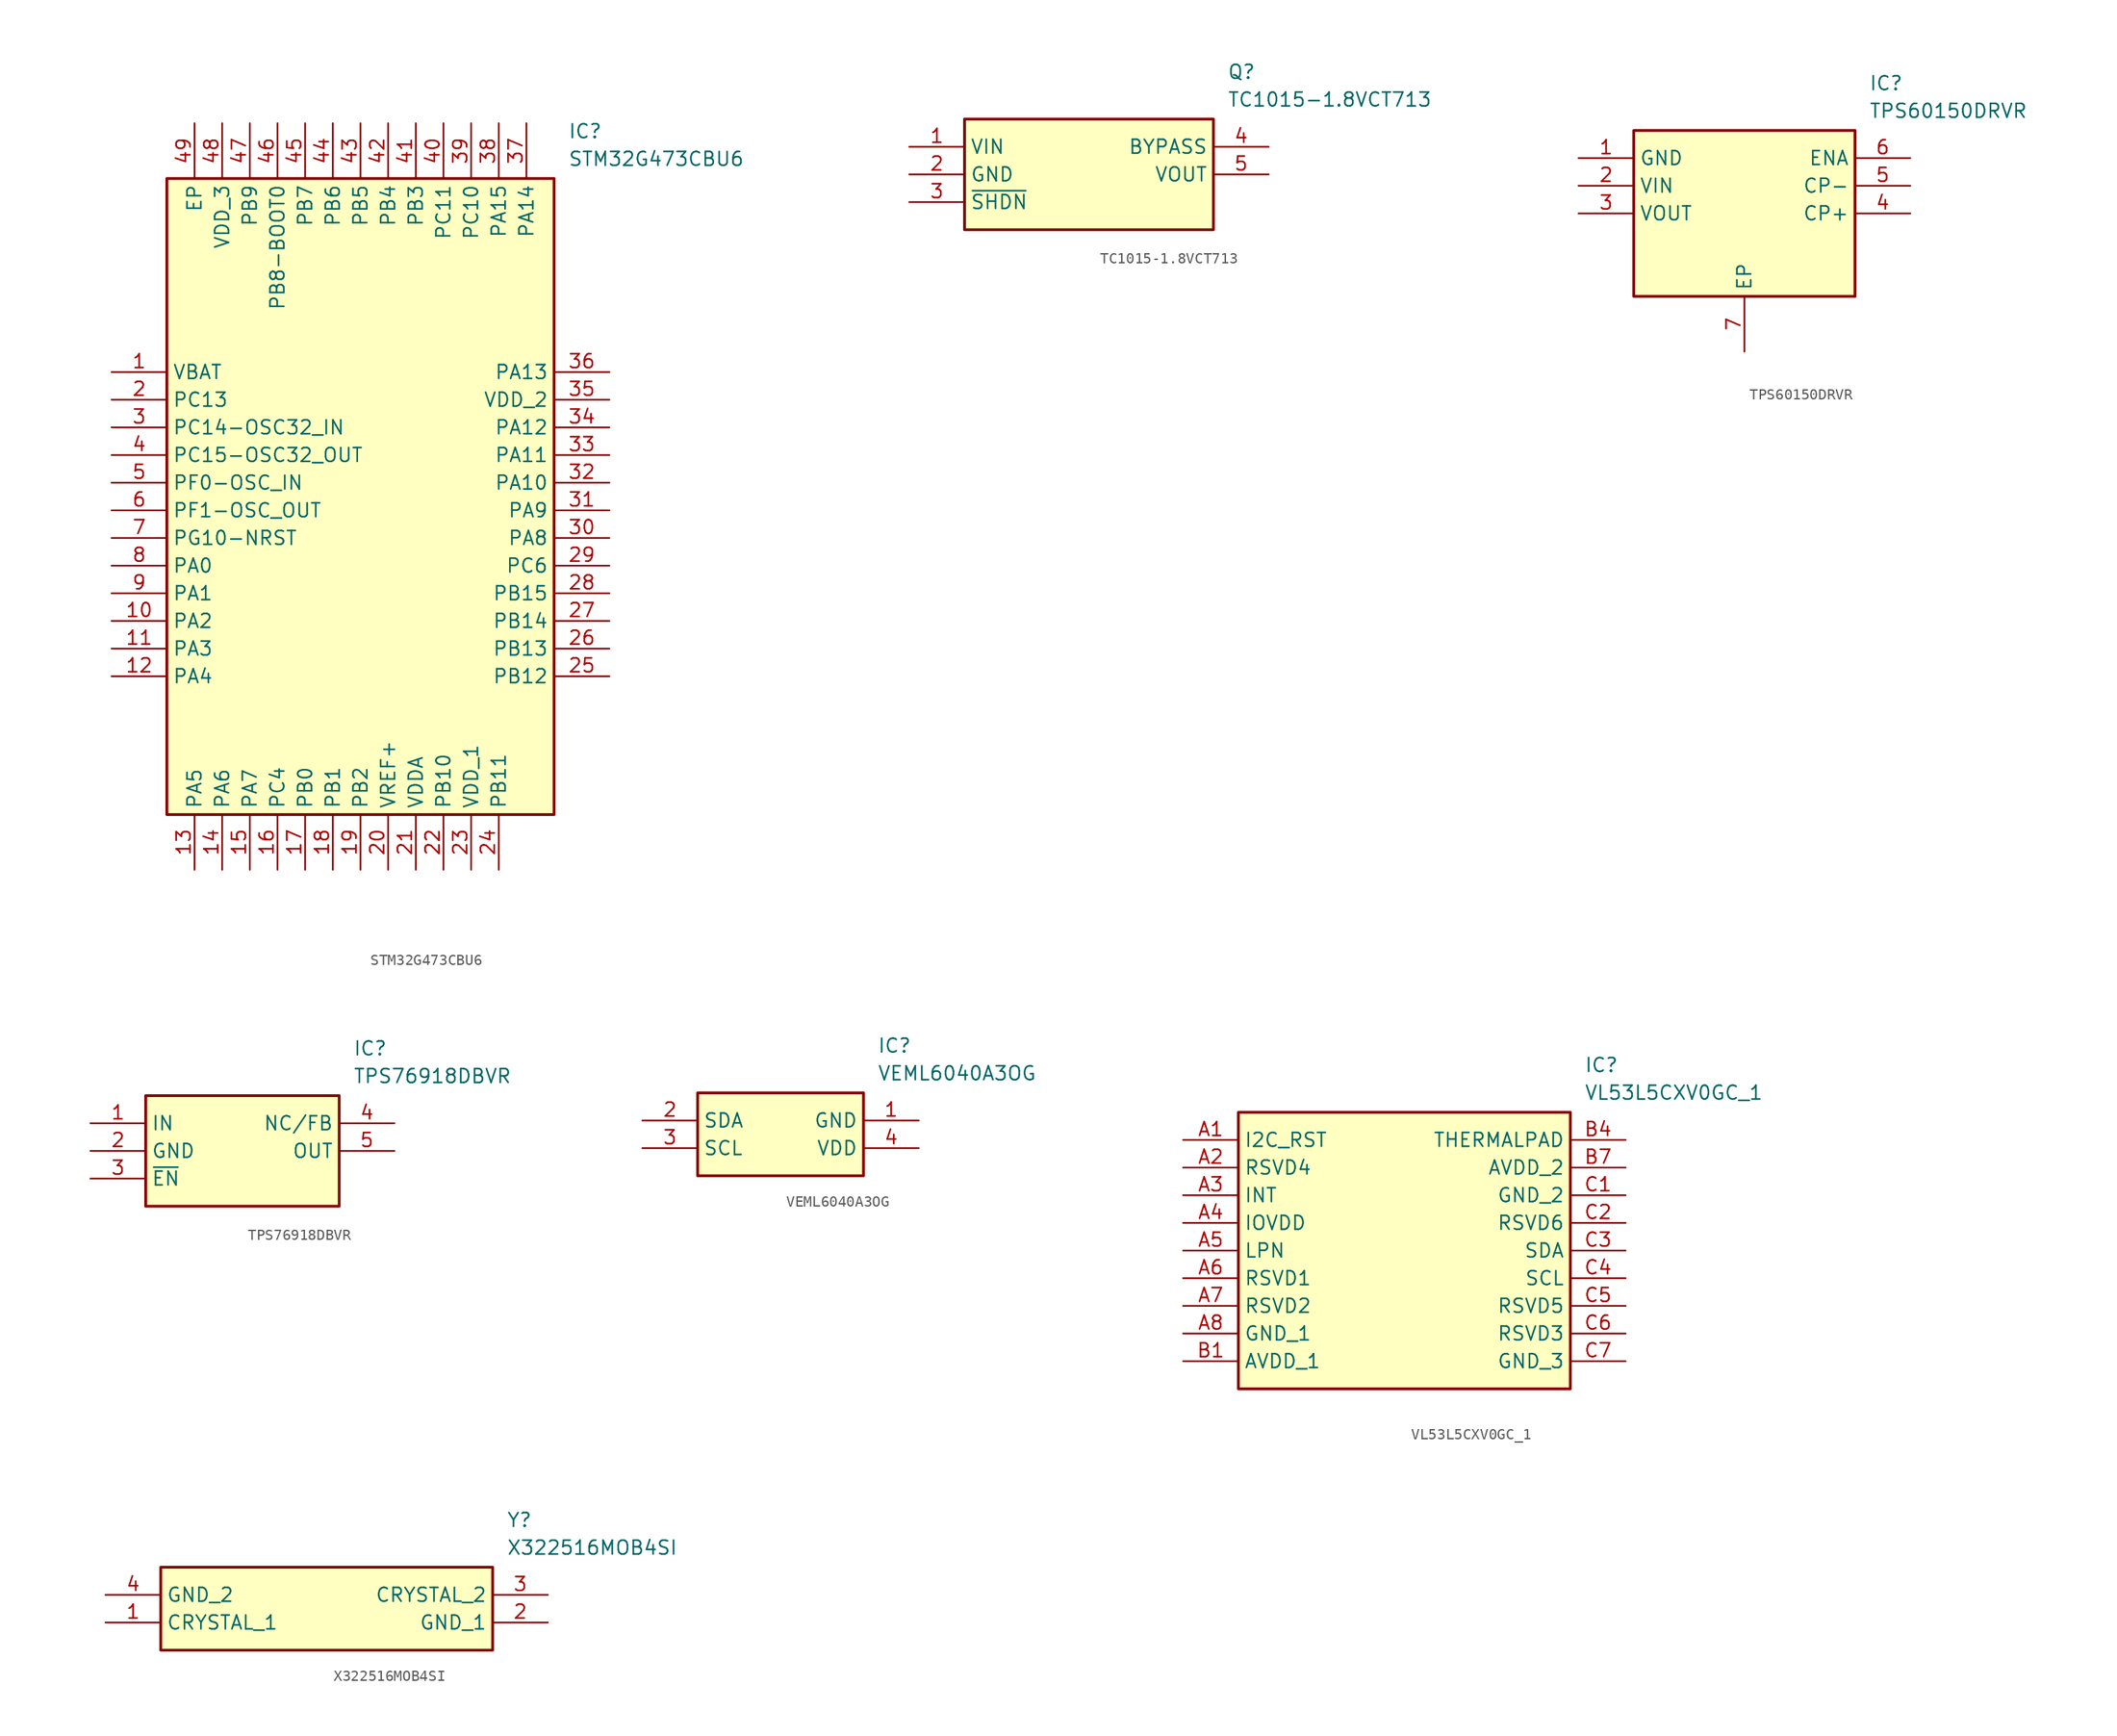
<source format=kicad_sym>
(kicad_symbol_lib
  (version 20231120)
  (generator "kicad_symbol_editor")
  (generator_version "8.0")
  (symbol "STM32G473CBU6"
    (property "Reference" "IC"
      (at 41.91 22.86 0)
      (effects (font (size 1.27 1.27)) (justify left top)))
    (property "Value" "STM32G473CBU6"
      (at 41.91 20.32 0)
      (effects (font (size 1.27 1.27)) (justify left top)))
    (symbol "STM32G473CBU6_1_1"
      (rectangle (start 5.08 17.78) (end 40.64 -40.64) (stroke (width 0.254) (type default)) (fill (type background)))
      (pin passive line (at 0 0 0) (length 5.08) (name "VBAT" (effects (font (size 1.27 1.27)))) (number "1" (effects (font (size 1.27 1.27)))))
      (pin passive line (at 0 -22.86 0) (length 5.08) (name "PA2" (effects (font (size 1.27 1.27)))) (number "10" (effects (font (size 1.27 1.27)))))
      (pin passive line (at 0 -25.4 0) (length 5.08) (name "PA3" (effects (font (size 1.27 1.27)))) (number "11" (effects (font (size 1.27 1.27)))))
      (pin passive line (at 0 -27.94 0) (length 5.08) (name "PA4" (effects (font (size 1.27 1.27)))) (number "12" (effects (font (size 1.27 1.27)))))
      (pin passive line (at 7.62 -45.72 90) (length 5.08) (name "PA5" (effects (font (size 1.27 1.27)))) (number "13" (effects (font (size 1.27 1.27)))))
      (pin passive line (at 10.16 -45.72 90) (length 5.08) (name "PA6" (effects (font (size 1.27 1.27)))) (number "14" (effects (font (size 1.27 1.27)))))
      (pin passive line (at 12.7 -45.72 90) (length 5.08) (name "PA7" (effects (font (size 1.27 1.27)))) (number "15" (effects (font (size 1.27 1.27)))))
      (pin passive line (at 15.24 -45.72 90) (length 5.08) (name "PC4" (effects (font (size 1.27 1.27)))) (number "16" (effects (font (size 1.27 1.27)))))
      (pin passive line (at 17.78 -45.72 90) (length 5.08) (name "PB0" (effects (font (size 1.27 1.27)))) (number "17" (effects (font (size 1.27 1.27)))))
      (pin passive line (at 20.32 -45.72 90) (length 5.08) (name "PB1" (effects (font (size 1.27 1.27)))) (number "18" (effects (font (size 1.27 1.27)))))
      (pin passive line (at 22.86 -45.72 90) (length 5.08) (name "PB2" (effects (font (size 1.27 1.27)))) (number "19" (effects (font (size 1.27 1.27)))))
      (pin passive line (at 0 -2.54 0) (length 5.08) (name "PC13" (effects (font (size 1.27 1.27)))) (number "2" (effects (font (size 1.27 1.27)))))
      (pin passive line (at 25.4 -45.72 90) (length 5.08) (name "VREF+" (effects (font (size 1.27 1.27)))) (number "20" (effects (font (size 1.27 1.27)))))
      (pin passive line (at 27.94 -45.72 90) (length 5.08) (name "VDDA" (effects (font (size 1.27 1.27)))) (number "21" (effects (font (size 1.27 1.27)))))
      (pin passive line (at 30.48 -45.72 90) (length 5.08) (name "PB10" (effects (font (size 1.27 1.27)))) (number "22" (effects (font (size 1.27 1.27)))))
      (pin passive line (at 33.02 -45.72 90) (length 5.08) (name "VDD_1" (effects (font (size 1.27 1.27)))) (number "23" (effects (font (size 1.27 1.27)))))
      (pin passive line (at 35.56 -45.72 90) (length 5.08) (name "PB11" (effects (font (size 1.27 1.27)))) (number "24" (effects (font (size 1.27 1.27)))))
      (pin passive line (at 45.72 -27.94 180) (length 5.08) (name "PB12" (effects (font (size 1.27 1.27)))) (number "25" (effects (font (size 1.27 1.27)))))
      (pin passive line (at 45.72 -25.4 180) (length 5.08) (name "PB13" (effects (font (size 1.27 1.27)))) (number "26" (effects (font (size 1.27 1.27)))))
      (pin passive line (at 45.72 -22.86 180) (length 5.08) (name "PB14" (effects (font (size 1.27 1.27)))) (number "27" (effects (font (size 1.27 1.27)))))
      (pin passive line (at 45.72 -20.32 180) (length 5.08) (name "PB15" (effects (font (size 1.27 1.27)))) (number "28" (effects (font (size 1.27 1.27)))))
      (pin passive line (at 45.72 -17.78 180) (length 5.08) (name "PC6" (effects (font (size 1.27 1.27)))) (number "29" (effects (font (size 1.27 1.27)))))
      (pin passive line (at 0 -5.08 0) (length 5.08) (name "PC14-OSC32_IN" (effects (font (size 1.27 1.27)))) (number "3" (effects (font (size 1.27 1.27)))))
      (pin passive line (at 45.72 -15.24 180) (length 5.08) (name "PA8" (effects (font (size 1.27 1.27)))) (number "30" (effects (font (size 1.27 1.27)))))
      (pin passive line (at 45.72 -12.7 180) (length 5.08) (name "PA9" (effects (font (size 1.27 1.27)))) (number "31" (effects (font (size 1.27 1.27)))))
      (pin passive line (at 45.72 -10.16 180) (length 5.08) (name "PA10" (effects (font (size 1.27 1.27)))) (number "32" (effects (font (size 1.27 1.27)))))
      (pin passive line (at 45.72 -7.62 180) (length 5.08) (name "PA11" (effects (font (size 1.27 1.27)))) (number "33" (effects (font (size 1.27 1.27)))))
      (pin passive line (at 45.72 -5.08 180) (length 5.08) (name "PA12" (effects (font (size 1.27 1.27)))) (number "34" (effects (font (size 1.27 1.27)))))
      (pin passive line (at 45.72 -2.54 180) (length 5.08) (name "VDD_2" (effects (font (size 1.27 1.27)))) (number "35" (effects (font (size 1.27 1.27)))))
      (pin passive line (at 45.72 0 180) (length 5.08) (name "PA13" (effects (font (size 1.27 1.27)))) (number "36" (effects (font (size 1.27 1.27)))))
      (pin passive line (at 38.1 22.86 270) (length 5.08) (name "PA14" (effects (font (size 1.27 1.27)))) (number "37" (effects (font (size 1.27 1.27)))))
      (pin passive line (at 35.56 22.86 270) (length 5.08) (name "PA15" (effects (font (size 1.27 1.27)))) (number "38" (effects (font (size 1.27 1.27)))))
      (pin passive line (at 33.02 22.86 270) (length 5.08) (name "PC10" (effects (font (size 1.27 1.27)))) (number "39" (effects (font (size 1.27 1.27)))))
      (pin passive line (at 0 -7.62 0) (length 5.08) (name "PC15-OSC32_OUT" (effects (font (size 1.27 1.27)))) (number "4" (effects (font (size 1.27 1.27)))))
      (pin passive line (at 30.48 22.86 270) (length 5.08) (name "PC11" (effects (font (size 1.27 1.27)))) (number "40" (effects (font (size 1.27 1.27)))))
      (pin passive line (at 27.94 22.86 270) (length 5.08) (name "PB3" (effects (font (size 1.27 1.27)))) (number "41" (effects (font (size 1.27 1.27)))))
      (pin passive line (at 25.4 22.86 270) (length 5.08) (name "PB4" (effects (font (size 1.27 1.27)))) (number "42" (effects (font (size 1.27 1.27)))))
      (pin passive line (at 22.86 22.86 270) (length 5.08) (name "PB5" (effects (font (size 1.27 1.27)))) (number "43" (effects (font (size 1.27 1.27)))))
      (pin passive line (at 20.32 22.86 270) (length 5.08) (name "PB6" (effects (font (size 1.27 1.27)))) (number "44" (effects (font (size 1.27 1.27)))))
      (pin passive line (at 17.78 22.86 270) (length 5.08) (name "PB7" (effects (font (size 1.27 1.27)))) (number "45" (effects (font (size 1.27 1.27)))))
      (pin passive line (at 15.24 22.86 270) (length 5.08) (name "PB8-BOOT0" (effects (font (size 1.27 1.27)))) (number "46" (effects (font (size 1.27 1.27)))))
      (pin passive line (at 12.7 22.86 270) (length 5.08) (name "PB9" (effects (font (size 1.27 1.27)))) (number "47" (effects (font (size 1.27 1.27)))))
      (pin passive line (at 10.16 22.86 270) (length 5.08) (name "VDD_3" (effects (font (size 1.27 1.27)))) (number "48" (effects (font (size 1.27 1.27)))))
      (pin passive line (at 7.62 22.86 270) (length 5.08) (name "EP" (effects (font (size 1.27 1.27)))) (number "49" (effects (font (size 1.27 1.27)))))
      (pin passive line (at 0 -10.16 0) (length 5.08) (name "PF0-OSC_IN" (effects (font (size 1.27 1.27)))) (number "5" (effects (font (size 1.27 1.27)))))
      (pin passive line (at 0 -12.7 0) (length 5.08) (name "PF1-OSC_OUT" (effects (font (size 1.27 1.27)))) (number "6" (effects (font (size 1.27 1.27)))))
      (pin passive line (at 0 -15.24 0) (length 5.08) (name "PG10-NRST" (effects (font (size 1.27 1.27)))) (number "7" (effects (font (size 1.27 1.27)))))
      (pin passive line (at 0 -17.78 0) (length 5.08) (name "PA0" (effects (font (size 1.27 1.27)))) (number "8" (effects (font (size 1.27 1.27)))))
      (pin passive line (at 0 -20.32 0) (length 5.08) (name "PA1" (effects (font (size 1.27 1.27)))) (number "9" (effects (font (size 1.27 1.27)))))))
  (symbol "TC1015-1.8VCT713"
    (property "Reference" "Q"
      (at 29.21 7.62 0)
      (effects (font (size 1.27 1.27)) (justify left top)))
    (property "Value" "TC1015-1.8VCT713"
      (at 29.21 5.08 0)
      (effects (font (size 1.27 1.27)) (justify left top)))
    (symbol "TC1015-1.8VCT713_1_1"
      (rectangle (start 5.08 2.54) (end 27.94 -7.62) (stroke (width 0.254) (type default)) (fill (type background)))
      (pin passive line (at 0 0 0) (length 5.08) (name "VIN" (effects (font (size 1.27 1.27)))) (number "1" (effects (font (size 1.27 1.27)))))
      (pin passive line (at 0 -2.54 0) (length 5.08) (name "GND" (effects (font (size 1.27 1.27)))) (number "2" (effects (font (size 1.27 1.27)))))
      (pin passive line (at 0 -5.08 0) (length 5.08) (name "~{SHDN}" (effects (font (size 1.27 1.27)))) (number "3" (effects (font (size 1.27 1.27)))))
      (pin passive line (at 33.02 0 180) (length 5.08) (name "BYPASS" (effects (font (size 1.27 1.27)))) (number "4" (effects (font (size 1.27 1.27)))))
      (pin passive line (at 33.02 -2.54 180) (length 5.08) (name "VOUT" (effects (font (size 1.27 1.27)))) (number "5" (effects (font (size 1.27 1.27)))))))
  (symbol "TPS60150DRVR"
    (property "Reference" "IC"
      (at 26.67 7.62 0)
      (effects (font (size 1.27 1.27)) (justify left top)))
    (property "Value" "TPS60150DRVR"
      (at 26.67 5.08 0)
      (effects (font (size 1.27 1.27)) (justify left top)))
    (symbol "TPS60150DRVR_1_1"
      (rectangle (start 5.08 2.54) (end 25.4 -12.7) (stroke (width 0.254) (type default)) (fill (type background)))
      (pin passive line (at 0 0 0) (length 5.08) (name "GND" (effects (font (size 1.27 1.27)))) (number "1" (effects (font (size 1.27 1.27)))))
      (pin passive line (at 0 -2.54 0) (length 5.08) (name "VIN" (effects (font (size 1.27 1.27)))) (number "2" (effects (font (size 1.27 1.27)))))
      (pin passive line (at 0 -5.08 0) (length 5.08) (name "VOUT" (effects (font (size 1.27 1.27)))) (number "3" (effects (font (size 1.27 1.27)))))
      (pin passive line (at 30.48 -5.08 180) (length 5.08) (name "CP+" (effects (font (size 1.27 1.27)))) (number "4" (effects (font (size 1.27 1.27)))))
      (pin passive line (at 30.48 -2.54 180) (length 5.08) (name "CP-" (effects (font (size 1.27 1.27)))) (number "5" (effects (font (size 1.27 1.27)))))
      (pin passive line (at 30.48 0 180) (length 5.08) (name "ENA" (effects (font (size 1.27 1.27)))) (number "6" (effects (font (size 1.27 1.27)))))
      (pin passive line (at 15.24 -17.78 90) (length 5.08) (name "EP" (effects (font (size 1.27 1.27)))) (number "7" (effects (font (size 1.27 1.27)))))))
  (symbol "TPS76918DBVR"
    (property "Reference" "IC"
      (at 24.13 7.62 0)
      (effects (font (size 1.27 1.27)) (justify left top)))
    (property "Value" "TPS76918DBVR"
      (at 24.13 5.08 0)
      (effects (font (size 1.27 1.27)) (justify left top)))
    (symbol "TPS76918DBVR_1_1"
      (rectangle (start 5.08 2.54) (end 22.86 -7.62) (stroke (width 0.254) (type default)) (fill (type background)))
      (pin passive line (at 0 0 0) (length 5.08) (name "IN" (effects (font (size 1.27 1.27)))) (number "1" (effects (font (size 1.27 1.27)))))
      (pin passive line (at 0 -2.54 0) (length 5.08) (name "GND" (effects (font (size 1.27 1.27)))) (number "2" (effects (font (size 1.27 1.27)))))
      (pin passive line (at 0 -5.08 0) (length 5.08) (name "~{EN}" (effects (font (size 1.27 1.27)))) (number "3" (effects (font (size 1.27 1.27)))))
      (pin passive line (at 27.94 0 180) (length 5.08) (name "NC/FB" (effects (font (size 1.27 1.27)))) (number "4" (effects (font (size 1.27 1.27)))))
      (pin passive line (at 27.94 -2.54 180) (length 5.08) (name "OUT" (effects (font (size 1.27 1.27)))) (number "5" (effects (font (size 1.27 1.27)))))))
  (symbol "VEML6040A3OG"
    (property "Reference" "IC"
      (at 21.59 7.62 0)
      (effects (font (size 1.27 1.27)) (justify left top)))
    (property "Value" "VEML6040A3OG"
      (at 21.59 5.08 0)
      (effects (font (size 1.27 1.27)) (justify left top)))
    (symbol "VEML6040A3OG_1_1"
      (rectangle (start 5.08 2.54) (end 20.32 -5.08) (stroke (width 0.254) (type default)) (fill (type background)))
      (pin passive line (at 25.4 0 180) (length 5.08) (name "GND" (effects (font (size 1.27 1.27)))) (number "1" (effects (font (size 1.27 1.27)))))
      (pin passive line (at 0 0 0) (length 5.08) (name "SDA" (effects (font (size 1.27 1.27)))) (number "2" (effects (font (size 1.27 1.27)))))
      (pin passive line (at 0 -2.54 0) (length 5.08) (name "SCL" (effects (font (size 1.27 1.27)))) (number "3" (effects (font (size 1.27 1.27)))))
      (pin passive line (at 25.4 -2.54 180) (length 5.08) (name "VDD" (effects (font (size 1.27 1.27)))) (number "4" (effects (font (size 1.27 1.27)))))))
  (symbol "VL53L5CXV0GC_1"
    (property "Reference" "IC"
      (at 36.83 7.62 0)
      (effects (font (size 1.27 1.27)) (justify left top)))
    (property "Value" "VL53L5CXV0GC_1"
      (at 36.83 5.08 0)
      (effects (font (size 1.27 1.27)) (justify left top)))
    (symbol "VL53L5CXV0GC_1_1_1"
      (rectangle (start 5.08 2.54) (end 35.56 -22.86) (stroke (width 0.254) (type default)) (fill (type background)))
      (pin passive line (at 0 0 0) (length 5.08) (name "I2C_RST" (effects (font (size 1.27 1.27)))) (number "A1" (effects (font (size 1.27 1.27)))))
      (pin passive line (at 0 -2.54 0) (length 5.08) (name "RSVD4" (effects (font (size 1.27 1.27)))) (number "A2" (effects (font (size 1.27 1.27)))))
      (pin passive line (at 0 -5.08 0) (length 5.08) (name "INT" (effects (font (size 1.27 1.27)))) (number "A3" (effects (font (size 1.27 1.27)))))
      (pin passive line (at 0 -7.62 0) (length 5.08) (name "IOVDD" (effects (font (size 1.27 1.27)))) (number "A4" (effects (font (size 1.27 1.27)))))
      (pin passive line (at 0 -10.16 0) (length 5.08) (name "LPN" (effects (font (size 1.27 1.27)))) (number "A5" (effects (font (size 1.27 1.27)))))
      (pin passive line (at 0 -12.7 0) (length 5.08) (name "RSVD1" (effects (font (size 1.27 1.27)))) (number "A6" (effects (font (size 1.27 1.27)))))
      (pin passive line (at 0 -15.24 0) (length 5.08) (name "RSVD2" (effects (font (size 1.27 1.27)))) (number "A7" (effects (font (size 1.27 1.27)))))
      (pin passive line (at 0 -17.78 0) (length 5.08) (name "GND_1" (effects (font (size 1.27 1.27)))) (number "A8" (effects (font (size 1.27 1.27)))))
      (pin passive line (at 0 -20.32 0) (length 5.08) (name "AVDD_1" (effects (font (size 1.27 1.27)))) (number "B1" (effects (font (size 1.27 1.27)))))
      (pin passive line (at 40.64 0 180) (length 5.08) (name "THERMALPAD" (effects (font (size 1.27 1.27)))) (number "B4" (effects (font (size 1.27 1.27)))))
      (pin passive line (at 40.64 -2.54 180) (length 5.08) (name "AVDD_2" (effects (font (size 1.27 1.27)))) (number "B7" (effects (font (size 1.27 1.27)))))
      (pin passive line (at 40.64 -5.08 180) (length 5.08) (name "GND_2" (effects (font (size 1.27 1.27)))) (number "C1" (effects (font (size 1.27 1.27)))))
      (pin passive line (at 40.64 -7.62 180) (length 5.08) (name "RSVD6" (effects (font (size 1.27 1.27)))) (number "C2" (effects (font (size 1.27 1.27)))))
      (pin passive line (at 40.64 -10.16 180) (length 5.08) (name "SDA" (effects (font (size 1.27 1.27)))) (number "C3" (effects (font (size 1.27 1.27)))))
      (pin passive line (at 40.64 -12.7 180) (length 5.08) (name "SCL" (effects (font (size 1.27 1.27)))) (number "C4" (effects (font (size 1.27 1.27)))))
      (pin passive line (at 40.64 -15.24 180) (length 5.08) (name "RSVD5" (effects (font (size 1.27 1.27)))) (number "C5" (effects (font (size 1.27 1.27)))))
      (pin passive line (at 40.64 -17.78 180) (length 5.08) (name "RSVD3" (effects (font (size 1.27 1.27)))) (number "C6" (effects (font (size 1.27 1.27)))))
      (pin passive line (at 40.64 -20.32 180) (length 5.08) (name "GND_3" (effects (font (size 1.27 1.27)))) (number "C7" (effects (font (size 1.27 1.27)))))))
  (symbol "X322516MOB4SI"
    (property "Reference" "Y"
      (at 36.83 7.62 0)
      (effects (font (size 1.27 1.27)) (justify left top)))
    (property "Value" "X322516MOB4SI"
      (at 36.83 5.08 0)
      (effects (font (size 1.27 1.27)) (justify left top)))
    (symbol "X322516MOB4SI_1_1"
      (rectangle (start 5.08 2.54) (end 35.56 -5.08) (stroke (width 0.254) (type default)) (fill (type background)))
      (pin passive line (at 0 -2.54 0) (length 5.08) (name "CRYSTAL_1" (effects (font (size 1.27 1.27)))) (number "1" (effects (font (size 1.27 1.27)))))
      (pin passive line (at 40.64 -2.54 180) (length 5.08) (name "GND_1" (effects (font (size 1.27 1.27)))) (number "2" (effects (font (size 1.27 1.27)))))
      (pin passive line (at 40.64 0 180) (length 5.08) (name "CRYSTAL_2" (effects (font (size 1.27 1.27)))) (number "3" (effects (font (size 1.27 1.27)))))
      (pin passive line (at 0 0 0) (length 5.08) (name "GND_2" (effects (font (size 1.27 1.27)))) (number "4" (effects (font (size 1.27 1.27))))))))
</source>
